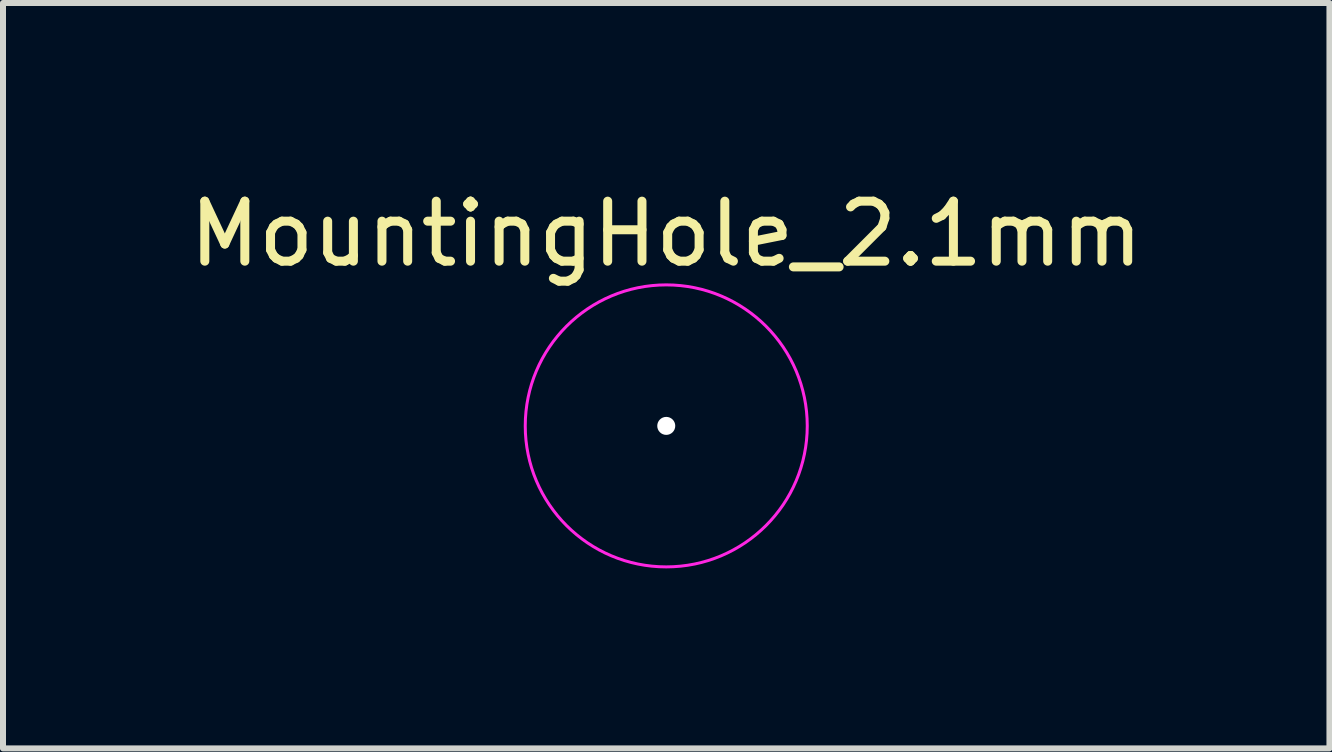
<source format=kicad_pcb>
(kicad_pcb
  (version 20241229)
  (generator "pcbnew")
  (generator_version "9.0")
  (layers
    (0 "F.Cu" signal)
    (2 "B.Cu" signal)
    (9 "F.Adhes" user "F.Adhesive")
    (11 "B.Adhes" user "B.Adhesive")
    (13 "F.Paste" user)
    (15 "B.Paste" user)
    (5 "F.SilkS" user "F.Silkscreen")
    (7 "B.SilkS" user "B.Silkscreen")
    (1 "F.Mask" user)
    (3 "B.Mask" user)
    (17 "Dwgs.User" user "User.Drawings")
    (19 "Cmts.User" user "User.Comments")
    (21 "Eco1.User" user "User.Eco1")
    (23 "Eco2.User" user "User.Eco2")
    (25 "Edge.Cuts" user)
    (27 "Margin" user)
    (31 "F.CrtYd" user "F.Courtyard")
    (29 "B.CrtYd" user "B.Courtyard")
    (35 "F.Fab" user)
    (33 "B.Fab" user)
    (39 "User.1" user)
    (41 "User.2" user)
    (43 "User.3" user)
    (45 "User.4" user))
  (footprint "MountingHole_2.1mm"
    (layer "F.Cu")
    (at 8.054 4.048)
    (property "Reference" "MountingHole_2.1mm" (at 0 -3.2 0) (layer "F.SilkS") (effects (font (size 1 1) (thickness 0.15))))
    (attr exclude_from_pos_files exclude_from_bom)
    (fp_circle (center 0 0) (end 2.35 0) (stroke (width 0.05) (type solid)) (fill no) (layer "F.CrtYd"))
    (pad "" np_thru_hole circle (at 0 0) (size 0.3 0.3) (drill 0.3) (layers "*.Cu" "*.Mask")))
  (gr_rect
    (start -3 -3)
    (end 19.107 9.423)
    (stroke (width 0.1) (type default))
    (fill no)
    (layer "Edge.Cuts")))
</source>
